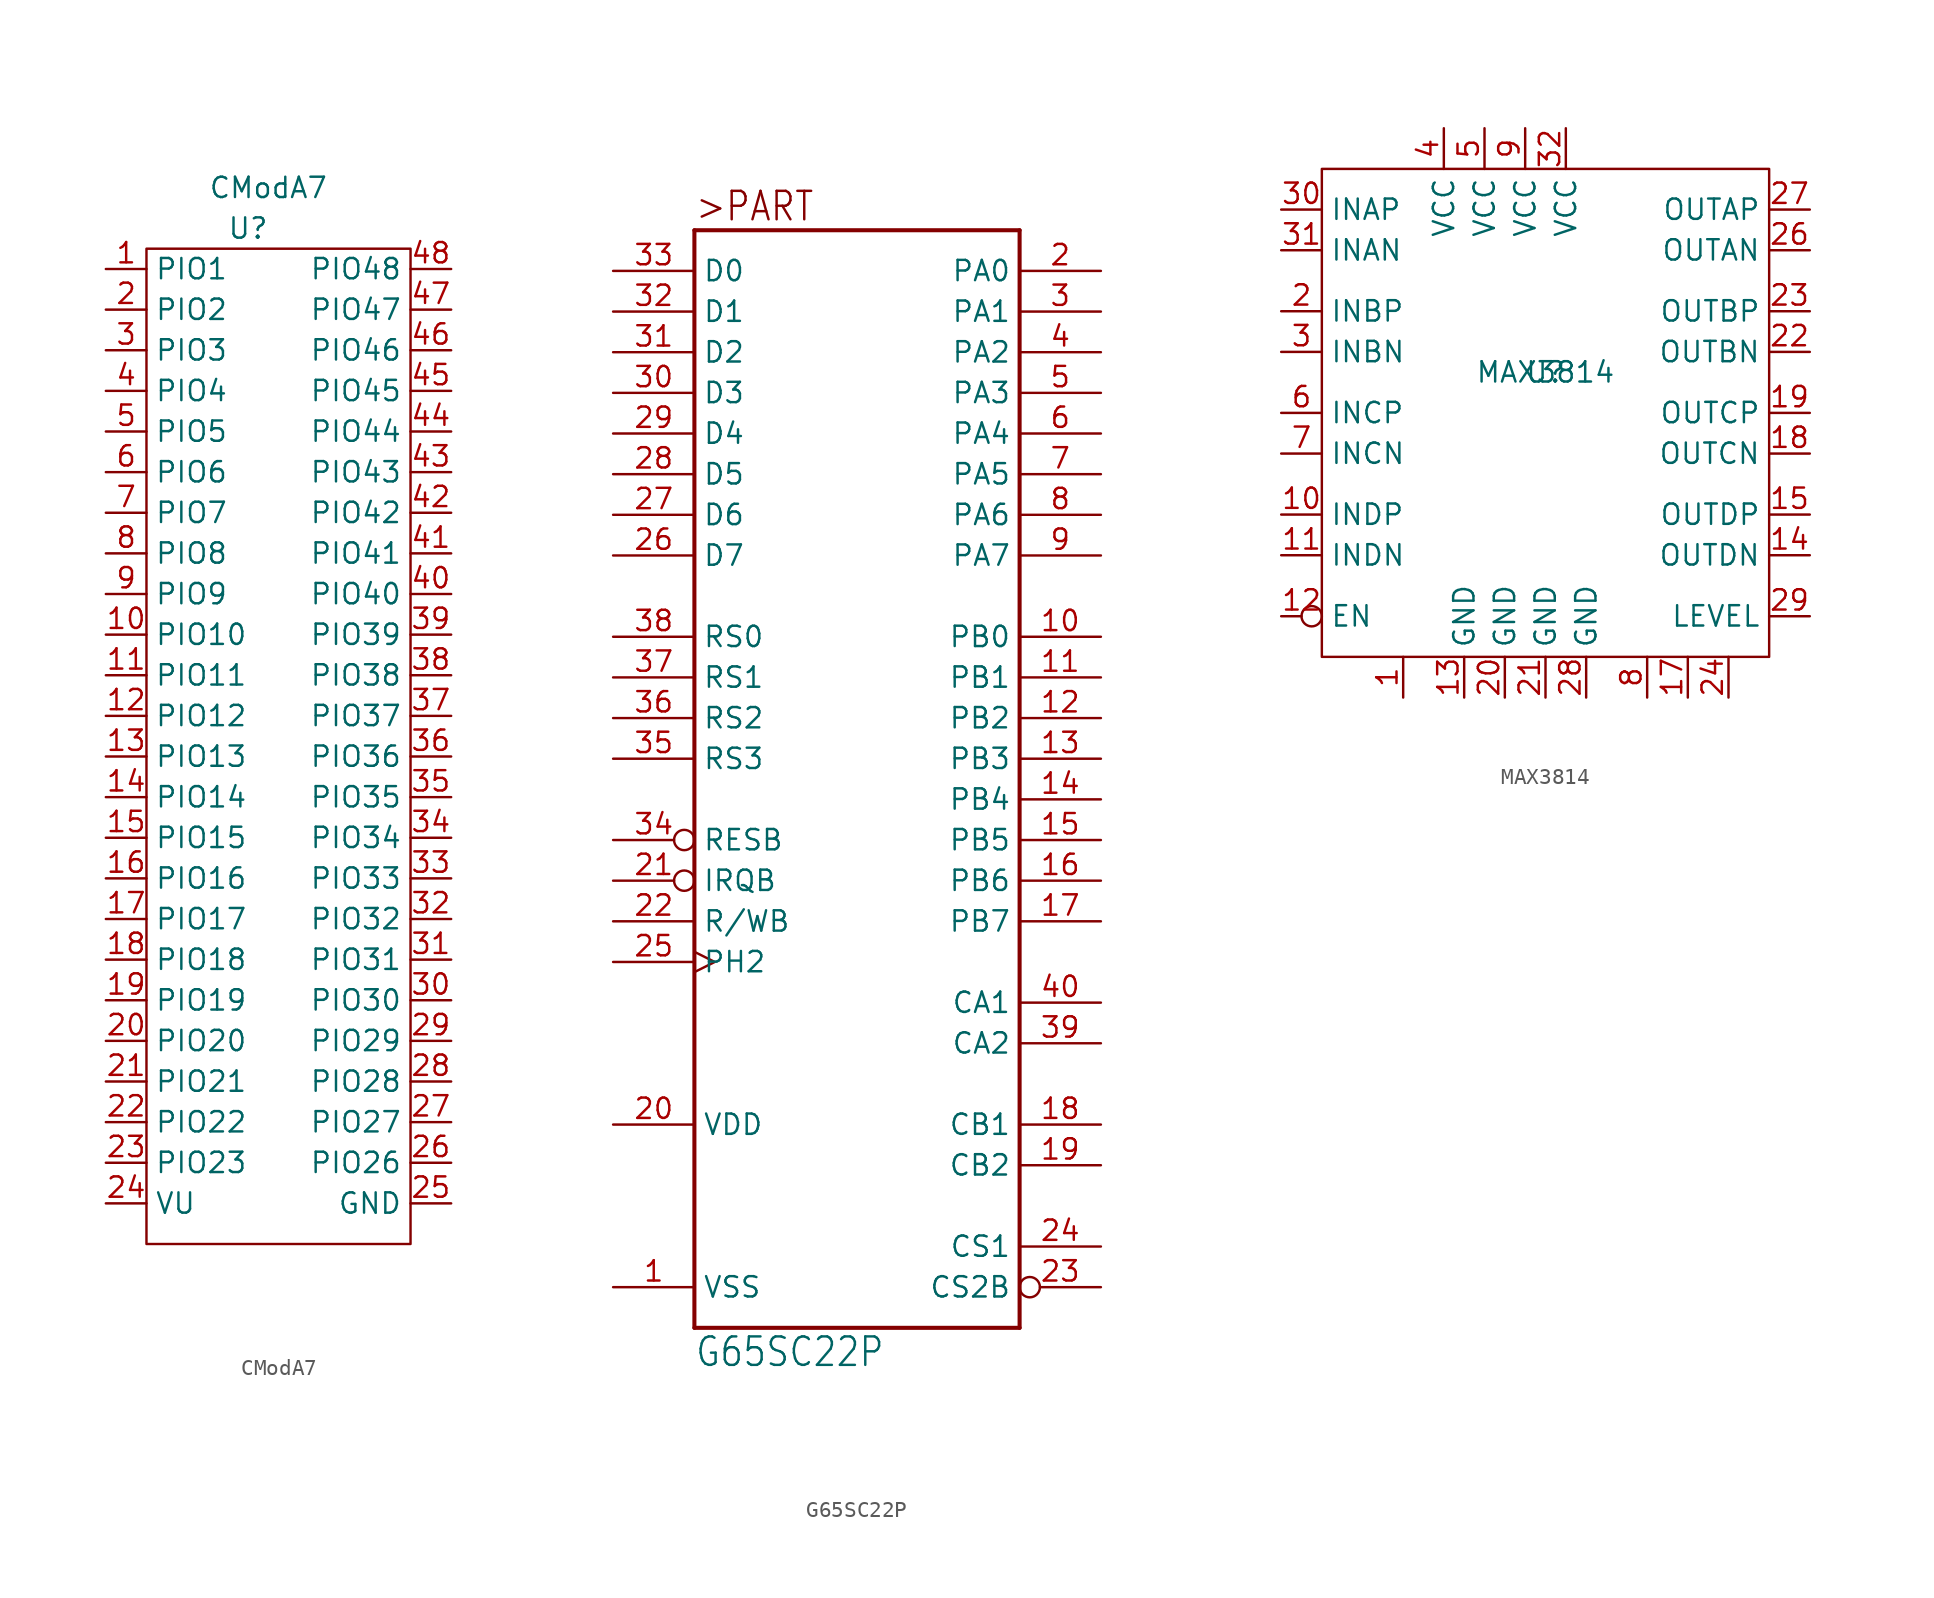
<source format=kicad_sym>
(kicad_symbol_lib
  (version 20211014)
  (generator kicad_symbol_editor)
  (symbol "CModA7"
    (property "Reference" "U"
      (at 0 30.48 0)
      (effects (font (size 1.27 1.27))))
    (property "Value" "CModA7"
      (at 1.27 33.02 0)
      (effects (font (size 1.27 1.27))))
    (symbol "CModA7_0_1"
      (rectangle (start -6.35 29.21) (end 10.16 -33.02) (stroke (width 0.152) (type default) (color 0 0 0 0)) (fill (type none))))
    (symbol "CModA7_1_1"
      (pin bidirectional line (at -8.89 27.94 0) (length 2.54) (name "PIO1" (effects (font (size 1.27 1.27)))) (number "1" (effects (font (size 1.27 1.27)))))
      (pin bidirectional line (at -8.89 5.08 0) (length 2.54) (name "PIO10" (effects (font (size 1.27 1.27)))) (number "10" (effects (font (size 1.27 1.27)))))
      (pin bidirectional line (at -8.89 2.54 0) (length 2.54) (name "PIO11" (effects (font (size 1.27 1.27)))) (number "11" (effects (font (size 1.27 1.27)))))
      (pin bidirectional line (at -8.89 0 0) (length 2.54) (name "PIO12" (effects (font (size 1.27 1.27)))) (number "12" (effects (font (size 1.27 1.27)))))
      (pin bidirectional line (at -8.89 -2.54 0) (length 2.54) (name "PIO13" (effects (font (size 1.27 1.27)))) (number "13" (effects (font (size 1.27 1.27)))))
      (pin bidirectional line (at -8.89 -5.08 0) (length 2.54) (name "PIO14" (effects (font (size 1.27 1.27)))) (number "14" (effects (font (size 1.27 1.27)))))
      (pin unspecified line (at -8.89 -7.62 0) (length 2.54) (name "PIO15" (effects (font (size 1.27 1.27)))) (number "15" (effects (font (size 1.27 1.27)))))
      (pin unspecified line (at -8.89 -10.16 0) (length 2.54) (name "PIO16" (effects (font (size 1.27 1.27)))) (number "16" (effects (font (size 1.27 1.27)))))
      (pin bidirectional line (at -8.89 -12.7 0) (length 2.54) (name "PIO17" (effects (font (size 1.27 1.27)))) (number "17" (effects (font (size 1.27 1.27)))))
      (pin bidirectional line (at -8.89 -15.24 0) (length 2.54) (name "PIO18" (effects (font (size 1.27 1.27)))) (number "18" (effects (font (size 1.27 1.27)))))
      (pin bidirectional line (at -8.89 -17.78 0) (length 2.54) (name "PIO19" (effects (font (size 1.27 1.27)))) (number "19" (effects (font (size 1.27 1.27)))))
      (pin bidirectional line (at -8.89 25.4 0) (length 2.54) (name "PIO2" (effects (font (size 1.27 1.27)))) (number "2" (effects (font (size 1.27 1.27)))))
      (pin bidirectional line (at -8.89 -20.32 0) (length 2.54) (name "PIO20" (effects (font (size 1.27 1.27)))) (number "20" (effects (font (size 1.27 1.27)))))
      (pin bidirectional line (at -8.89 -22.86 0) (length 2.54) (name "PIO21" (effects (font (size 1.27 1.27)))) (number "21" (effects (font (size 1.27 1.27)))))
      (pin bidirectional line (at -8.89 -25.4 0) (length 2.54) (name "PIO22" (effects (font (size 1.27 1.27)))) (number "22" (effects (font (size 1.27 1.27)))))
      (pin bidirectional line (at -8.89 -27.94 0) (length 2.54) (name "PIO23" (effects (font (size 1.27 1.27)))) (number "23" (effects (font (size 1.27 1.27)))))
      (pin power_in line (at -8.89 -30.48 0) (length 2.54) (name "VU" (effects (font (size 1.27 1.27)))) (number "24" (effects (font (size 1.27 1.27)))))
      (pin power_in line (at 12.7 -30.48 180) (length 2.54) (name "GND" (effects (font (size 1.27 1.27)))) (number "25" (effects (font (size 1.27 1.27)))))
      (pin bidirectional line (at 12.7 -27.94 180) (length 2.54) (name "PIO26" (effects (font (size 1.27 1.27)))) (number "26" (effects (font (size 1.27 1.27)))))
      (pin bidirectional line (at 12.7 -25.4 180) (length 2.54) (name "PIO27" (effects (font (size 1.27 1.27)))) (number "27" (effects (font (size 1.27 1.27)))))
      (pin bidirectional line (at 12.7 -22.86 180) (length 2.54) (name "PIO28" (effects (font (size 1.27 1.27)))) (number "28" (effects (font (size 1.27 1.27)))))
      (pin bidirectional line (at 12.7 -20.32 180) (length 2.54) (name "PIO29" (effects (font (size 1.27 1.27)))) (number "29" (effects (font (size 1.27 1.27)))))
      (pin bidirectional line (at -8.89 22.86 0) (length 2.54) (name "PIO3" (effects (font (size 1.27 1.27)))) (number "3" (effects (font (size 1.27 1.27)))))
      (pin bidirectional line (at 12.7 -17.78 180) (length 2.54) (name "PIO30" (effects (font (size 1.27 1.27)))) (number "30" (effects (font (size 1.27 1.27)))))
      (pin bidirectional line (at 12.7 -15.24 180) (length 2.54) (name "PIO31" (effects (font (size 1.27 1.27)))) (number "31" (effects (font (size 1.27 1.27)))))
      (pin bidirectional line (at 12.7 -12.7 180) (length 2.54) (name "PIO32" (effects (font (size 1.27 1.27)))) (number "32" (effects (font (size 1.27 1.27)))))
      (pin bidirectional line (at 12.7 -10.16 180) (length 2.54) (name "PIO33" (effects (font (size 1.27 1.27)))) (number "33" (effects (font (size 1.27 1.27)))))
      (pin bidirectional line (at 12.7 -7.62 180) (length 2.54) (name "PIO34" (effects (font (size 1.27 1.27)))) (number "34" (effects (font (size 1.27 1.27)))))
      (pin bidirectional line (at 12.7 -5.08 180) (length 2.54) (name "PIO35" (effects (font (size 1.27 1.27)))) (number "35" (effects (font (size 1.27 1.27)))))
      (pin bidirectional line (at 12.7 -2.54 180) (length 2.54) (name "PIO36" (effects (font (size 1.27 1.27)))) (number "36" (effects (font (size 1.27 1.27)))))
      (pin bidirectional line (at 12.7 0 180) (length 2.54) (name "PIO37" (effects (font (size 1.27 1.27)))) (number "37" (effects (font (size 1.27 1.27)))))
      (pin bidirectional line (at 12.7 2.54 180) (length 2.54) (name "PIO38" (effects (font (size 1.27 1.27)))) (number "38" (effects (font (size 1.27 1.27)))))
      (pin bidirectional line (at 12.7 5.08 180) (length 2.54) (name "PIO39" (effects (font (size 1.27 1.27)))) (number "39" (effects (font (size 1.27 1.27)))))
      (pin bidirectional line (at -8.89 20.32 0) (length 2.54) (name "PIO4" (effects (font (size 1.27 1.27)))) (number "4" (effects (font (size 1.27 1.27)))))
      (pin bidirectional line (at 12.7 7.62 180) (length 2.54) (name "PIO40" (effects (font (size 1.27 1.27)))) (number "40" (effects (font (size 1.27 1.27)))))
      (pin bidirectional line (at 12.7 10.16 180) (length 2.54) (name "PIO41" (effects (font (size 1.27 1.27)))) (number "41" (effects (font (size 1.27 1.27)))))
      (pin bidirectional line (at 12.7 12.7 180) (length 2.54) (name "PIO42" (effects (font (size 1.27 1.27)))) (number "42" (effects (font (size 1.27 1.27)))))
      (pin bidirectional line (at 12.7 15.24 180) (length 2.54) (name "PIO43" (effects (font (size 1.27 1.27)))) (number "43" (effects (font (size 1.27 1.27)))))
      (pin bidirectional line (at 12.7 17.78 180) (length 2.54) (name "PIO44" (effects (font (size 1.27 1.27)))) (number "44" (effects (font (size 1.27 1.27)))))
      (pin bidirectional line (at 12.7 20.32 180) (length 2.54) (name "PIO45" (effects (font (size 1.27 1.27)))) (number "45" (effects (font (size 1.27 1.27)))))
      (pin bidirectional line (at 12.7 22.86 180) (length 2.54) (name "PIO46" (effects (font (size 1.27 1.27)))) (number "46" (effects (font (size 1.27 1.27)))))
      (pin bidirectional line (at 12.7 25.4 180) (length 2.54) (name "PIO47" (effects (font (size 1.27 1.27)))) (number "47" (effects (font (size 1.27 1.27)))))
      (pin bidirectional line (at 12.7 27.94 180) (length 2.54) (name "PIO48" (effects (font (size 1.27 1.27)))) (number "48" (effects (font (size 1.27 1.27)))))
      (pin bidirectional line (at -8.89 17.78 0) (length 2.54) (name "PIO5" (effects (font (size 1.27 1.27)))) (number "5" (effects (font (size 1.27 1.27)))))
      (pin bidirectional line (at -8.89 15.24 0) (length 2.54) (name "PIO6" (effects (font (size 1.27 1.27)))) (number "6" (effects (font (size 1.27 1.27)))))
      (pin bidirectional line (at -8.89 12.7 0) (length 2.54) (name "PIO7" (effects (font (size 1.27 1.27)))) (number "7" (effects (font (size 1.27 1.27)))))
      (pin bidirectional line (at -8.89 10.16 0) (length 2.54) (name "PIO8" (effects (font (size 1.27 1.27)))) (number "8" (effects (font (size 1.27 1.27)))))
      (pin bidirectional line (at -8.89 7.62 0) (length 2.54) (name "PIO9" (effects (font (size 1.27 1.27)))) (number "9" (effects (font (size 1.27 1.27)))))))
  (symbol "G65SC22P"
    (property "Reference" "U"
      (at 0 0 0)
      (effects (font (size 1.27 1.27)) hide))
    (property "Value" "G65SC22P"
      (at -10.16 -43.18 0)
      (effects (font (size 1.778 1.511)) (justify left bottom)))
    (property "ki_locked" ""
      (at 0 0 0)
      (effects (font (size 1.27 1.27))))
    (symbol "G65SC22P_1_0"
      (polyline (pts (xy -10.16 -40.64) (xy -10.16 27.94)) (stroke (width 0.254) (type default) (color 0 0 0 0)) (fill (type none)))
      (polyline (pts (xy -10.16 27.94) (xy 10.16 27.94)) (stroke (width 0.254) (type default) (color 0 0 0 0)) (fill (type none)))
      (polyline (pts (xy 10.16 -40.64) (xy -10.16 -40.64)) (stroke (width 0.254) (type default) (color 0 0 0 0)) (fill (type none)))
      (polyline (pts (xy 10.16 27.94) (xy 10.16 -40.64)) (stroke (width 0.254) (type default) (color 0 0 0 0)) (fill (type none)))
      (text ">PART" (at -10.16 30.48 0) (effects (font (size 1.778 1.511)) (justify left top)))
      (pin power_in line (at -15.24 -38.1 0) (length 5.08) (name "VSS" (effects (font (size 1.27 1.27)))) (number "1" (effects (font (size 1.27 1.27)))))
      (pin bidirectional line (at 15.24 2.54 180) (length 5.08) (name "PB0" (effects (font (size 1.27 1.27)))) (number "10" (effects (font (size 1.27 1.27)))))
      (pin bidirectional line (at 15.24 0 180) (length 5.08) (name "PB1" (effects (font (size 1.27 1.27)))) (number "11" (effects (font (size 1.27 1.27)))))
      (pin bidirectional line (at 15.24 -2.54 180) (length 5.08) (name "PB2" (effects (font (size 1.27 1.27)))) (number "12" (effects (font (size 1.27 1.27)))))
      (pin bidirectional line (at 15.24 -5.08 180) (length 5.08) (name "PB3" (effects (font (size 1.27 1.27)))) (number "13" (effects (font (size 1.27 1.27)))))
      (pin bidirectional line (at 15.24 -7.62 180) (length 5.08) (name "PB4" (effects (font (size 1.27 1.27)))) (number "14" (effects (font (size 1.27 1.27)))))
      (pin bidirectional line (at 15.24 -10.16 180) (length 5.08) (name "PB5" (effects (font (size 1.27 1.27)))) (number "15" (effects (font (size 1.27 1.27)))))
      (pin bidirectional line (at 15.24 -12.7 180) (length 5.08) (name "PB6" (effects (font (size 1.27 1.27)))) (number "16" (effects (font (size 1.27 1.27)))))
      (pin bidirectional line (at 15.24 -15.24 180) (length 5.08) (name "PB7" (effects (font (size 1.27 1.27)))) (number "17" (effects (font (size 1.27 1.27)))))
      (pin bidirectional line (at 15.24 -27.94 180) (length 5.08) (name "CB1" (effects (font (size 1.27 1.27)))) (number "18" (effects (font (size 1.27 1.27)))))
      (pin bidirectional line (at 15.24 -30.48 180) (length 5.08) (name "CB2" (effects (font (size 1.27 1.27)))) (number "19" (effects (font (size 1.27 1.27)))))
      (pin bidirectional line (at 15.24 25.4 180) (length 5.08) (name "PA0" (effects (font (size 1.27 1.27)))) (number "2" (effects (font (size 1.27 1.27)))))
      (pin power_in line (at -15.24 -27.94 0) (length 5.08) (name "VDD" (effects (font (size 1.27 1.27)))) (number "20" (effects (font (size 1.27 1.27)))))
      (pin output inverted (at -15.24 -12.7 0) (length 5.08) (name "IRQB" (effects (font (size 1.27 1.27)))) (number "21" (effects (font (size 1.27 1.27)))))
      (pin input line (at -15.24 -15.24 0) (length 5.08) (name "R/WB" (effects (font (size 1.27 1.27)))) (number "22" (effects (font (size 1.27 1.27)))))
      (pin input inverted (at 15.24 -38.1 180) (length 5.08) (name "CS2B" (effects (font (size 1.27 1.27)))) (number "23" (effects (font (size 1.27 1.27)))))
      (pin input line (at 15.24 -35.56 180) (length 5.08) (name "CS1" (effects (font (size 1.27 1.27)))) (number "24" (effects (font (size 1.27 1.27)))))
      (pin input clock (at -15.24 -17.78 0) (length 5.08) (name "PH2" (effects (font (size 1.27 1.27)))) (number "25" (effects (font (size 1.27 1.27)))))
      (pin bidirectional line (at -15.24 7.62 0) (length 5.08) (name "D7" (effects (font (size 1.27 1.27)))) (number "26" (effects (font (size 1.27 1.27)))))
      (pin bidirectional line (at -15.24 10.16 0) (length 5.08) (name "D6" (effects (font (size 1.27 1.27)))) (number "27" (effects (font (size 1.27 1.27)))))
      (pin bidirectional line (at -15.24 12.7 0) (length 5.08) (name "D5" (effects (font (size 1.27 1.27)))) (number "28" (effects (font (size 1.27 1.27)))))
      (pin bidirectional line (at -15.24 15.24 0) (length 5.08) (name "D4" (effects (font (size 1.27 1.27)))) (number "29" (effects (font (size 1.27 1.27)))))
      (pin bidirectional line (at 15.24 22.86 180) (length 5.08) (name "PA1" (effects (font (size 1.27 1.27)))) (number "3" (effects (font (size 1.27 1.27)))))
      (pin bidirectional line (at -15.24 17.78 0) (length 5.08) (name "D3" (effects (font (size 1.27 1.27)))) (number "30" (effects (font (size 1.27 1.27)))))
      (pin bidirectional line (at -15.24 20.32 0) (length 5.08) (name "D2" (effects (font (size 1.27 1.27)))) (number "31" (effects (font (size 1.27 1.27)))))
      (pin bidirectional line (at -15.24 22.86 0) (length 5.08) (name "D1" (effects (font (size 1.27 1.27)))) (number "32" (effects (font (size 1.27 1.27)))))
      (pin bidirectional line (at -15.24 25.4 0) (length 5.08) (name "D0" (effects (font (size 1.27 1.27)))) (number "33" (effects (font (size 1.27 1.27)))))
      (pin input inverted (at -15.24 -10.16 0) (length 5.08) (name "RESB" (effects (font (size 1.27 1.27)))) (number "34" (effects (font (size 1.27 1.27)))))
      (pin input line (at -15.24 -5.08 0) (length 5.08) (name "RS3" (effects (font (size 1.27 1.27)))) (number "35" (effects (font (size 1.27 1.27)))))
      (pin input line (at -15.24 -2.54 0) (length 5.08) (name "RS2" (effects (font (size 1.27 1.27)))) (number "36" (effects (font (size 1.27 1.27)))))
      (pin input line (at -15.24 0 0) (length 5.08) (name "RS1" (effects (font (size 1.27 1.27)))) (number "37" (effects (font (size 1.27 1.27)))))
      (pin input line (at -15.24 2.54 0) (length 5.08) (name "RS0" (effects (font (size 1.27 1.27)))) (number "38" (effects (font (size 1.27 1.27)))))
      (pin bidirectional line (at 15.24 -22.86 180) (length 5.08) (name "CA2" (effects (font (size 1.27 1.27)))) (number "39" (effects (font (size 1.27 1.27)))))
      (pin bidirectional line (at 15.24 20.32 180) (length 5.08) (name "PA2" (effects (font (size 1.27 1.27)))) (number "4" (effects (font (size 1.27 1.27)))))
      (pin bidirectional line (at 15.24 -20.32 180) (length 5.08) (name "CA1" (effects (font (size 1.27 1.27)))) (number "40" (effects (font (size 1.27 1.27)))))
      (pin bidirectional line (at 15.24 17.78 180) (length 5.08) (name "PA3" (effects (font (size 1.27 1.27)))) (number "5" (effects (font (size 1.27 1.27)))))
      (pin bidirectional line (at 15.24 15.24 180) (length 5.08) (name "PA4" (effects (font (size 1.27 1.27)))) (number "6" (effects (font (size 1.27 1.27)))))
      (pin bidirectional line (at 15.24 12.7 180) (length 5.08) (name "PA5" (effects (font (size 1.27 1.27)))) (number "7" (effects (font (size 1.27 1.27)))))
      (pin bidirectional line (at 15.24 10.16 180) (length 5.08) (name "PA6" (effects (font (size 1.27 1.27)))) (number "8" (effects (font (size 1.27 1.27)))))
      (pin bidirectional line (at 15.24 7.62 180) (length 5.08) (name "PA7" (effects (font (size 1.27 1.27)))) (number "9" (effects (font (size 1.27 1.27)))))))
  (symbol "MAX3814"
    (property "Reference" "U"
      (at 0 0 0)
      (effects (font (size 1.27 1.27))))
    (property "Value" "MAX3814"
      (at 0 0 0)
      (effects (font (size 1.27 1.27))))
    (symbol "MAX3814_0_1"
      (rectangle (start -13.97 12.7) (end 13.97 -17.78) (stroke (width 0.152) (type default) (color 0 0 0 0)) (fill (type none))))
    (symbol "MAX3814_1_1"
      (pin free line (at -8.89 -20.32 90) (length 2.54) (name "" (effects (font (size 1.27 1.27)))) (number "1" (effects (font (size 1.27 1.27)))))
      (pin input line (at -16.51 -8.89 0) (length 2.54) (name "INDP" (effects (font (size 1.27 1.27)))) (number "10" (effects (font (size 1.27 1.27)))))
      (pin input line (at -16.51 -11.43 0) (length 2.54) (name "INDN" (effects (font (size 1.27 1.27)))) (number "11" (effects (font (size 1.27 1.27)))))
      (pin input inverted (at -16.51 -15.24 0) (length 2.54) (name "EN" (effects (font (size 1.27 1.27)))) (number "12" (effects (font (size 1.27 1.27)))))
      (pin power_in line (at -5.08 -20.32 90) (length 2.54) (name "GND" (effects (font (size 1.27 1.27)))) (number "13" (effects (font (size 1.27 1.27)))))
      (pin output line (at 16.51 -11.43 180) (length 2.54) (name "OUTDN" (effects (font (size 1.27 1.27)))) (number "14" (effects (font (size 1.27 1.27)))))
      (pin output line (at 16.51 -8.89 180) (length 2.54) (name "OUTDP" (effects (font (size 1.27 1.27)))) (number "15" (effects (font (size 1.27 1.27)))))
      (pin free line (at 8.89 -20.32 90) (length 2.54) (name "" (effects (font (size 1.27 1.27)))) (number "17" (effects (font (size 1.27 1.27)))))
      (pin output line (at 16.51 -5.08 180) (length 2.54) (name "OUTCN" (effects (font (size 1.27 1.27)))) (number "18" (effects (font (size 1.27 1.27)))))
      (pin output line (at 16.51 -2.54 180) (length 2.54) (name "OUTCP" (effects (font (size 1.27 1.27)))) (number "19" (effects (font (size 1.27 1.27)))))
      (pin input line (at -16.51 3.81 0) (length 2.54) (name "INBP" (effects (font (size 1.27 1.27)))) (number "2" (effects (font (size 1.27 1.27)))))
      (pin power_in line (at -2.54 -20.32 90) (length 2.54) (name "GND" (effects (font (size 1.27 1.27)))) (number "20" (effects (font (size 1.27 1.27)))))
      (pin power_in line (at 0 -20.32 90) (length 2.54) (name "GND" (effects (font (size 1.27 1.27)))) (number "21" (effects (font (size 1.27 1.27)))))
      (pin output line (at 16.51 1.27 180) (length 2.54) (name "OUTBN" (effects (font (size 1.27 1.27)))) (number "22" (effects (font (size 1.27 1.27)))))
      (pin output line (at 16.51 3.81 180) (length 2.54) (name "OUTBP" (effects (font (size 1.27 1.27)))) (number "23" (effects (font (size 1.27 1.27)))))
      (pin free line (at 11.43 -20.32 90) (length 2.54) (name "" (effects (font (size 1.27 1.27)))) (number "24" (effects (font (size 1.27 1.27)))))
      (pin output line (at 16.51 7.62 180) (length 2.54) (name "OUTAN" (effects (font (size 1.27 1.27)))) (number "26" (effects (font (size 1.27 1.27)))))
      (pin output line (at 16.51 10.16 180) (length 2.54) (name "OUTAP" (effects (font (size 1.27 1.27)))) (number "27" (effects (font (size 1.27 1.27)))))
      (pin power_in line (at 2.54 -20.32 90) (length 2.54) (name "GND" (effects (font (size 1.27 1.27)))) (number "28" (effects (font (size 1.27 1.27)))))
      (pin input line (at 16.51 -15.24 180) (length 2.54) (name "LEVEL" (effects (font (size 1.27 1.27)))) (number "29" (effects (font (size 1.27 1.27)))))
      (pin input line (at -16.51 1.27 0) (length 2.54) (name "INBN" (effects (font (size 1.27 1.27)))) (number "3" (effects (font (size 1.27 1.27)))))
      (pin input line (at -16.51 10.16 0) (length 2.54) (name "INAP" (effects (font (size 1.27 1.27)))) (number "30" (effects (font (size 1.27 1.27)))))
      (pin input line (at -16.51 7.62 0) (length 2.54) (name "INAN" (effects (font (size 1.27 1.27)))) (number "31" (effects (font (size 1.27 1.27)))))
      (pin power_in line (at 1.27 15.24 270) (length 2.54) (name "VCC" (effects (font (size 1.27 1.27)))) (number "32" (effects (font (size 1.27 1.27)))))
      (pin power_in line (at -6.35 15.24 270) (length 2.54) (name "VCC" (effects (font (size 1.27 1.27)))) (number "4" (effects (font (size 1.27 1.27)))))
      (pin power_in line (at -3.81 15.24 270) (length 2.54) (name "VCC" (effects (font (size 1.27 1.27)))) (number "5" (effects (font (size 1.27 1.27)))))
      (pin input line (at -16.51 -2.54 0) (length 2.54) (name "INCP" (effects (font (size 1.27 1.27)))) (number "6" (effects (font (size 1.27 1.27)))))
      (pin input line (at -16.51 -5.08 0) (length 2.54) (name "INCN" (effects (font (size 1.27 1.27)))) (number "7" (effects (font (size 1.27 1.27)))))
      (pin free line (at 6.35 -20.32 90) (length 2.54) (name "" (effects (font (size 1.27 1.27)))) (number "8" (effects (font (size 1.27 1.27)))))
      (pin power_in line (at -1.27 15.24 270) (length 2.54) (name "VCC" (effects (font (size 1.27 1.27)))) (number "9" (effects (font (size 1.27 1.27))))))))
</source>
